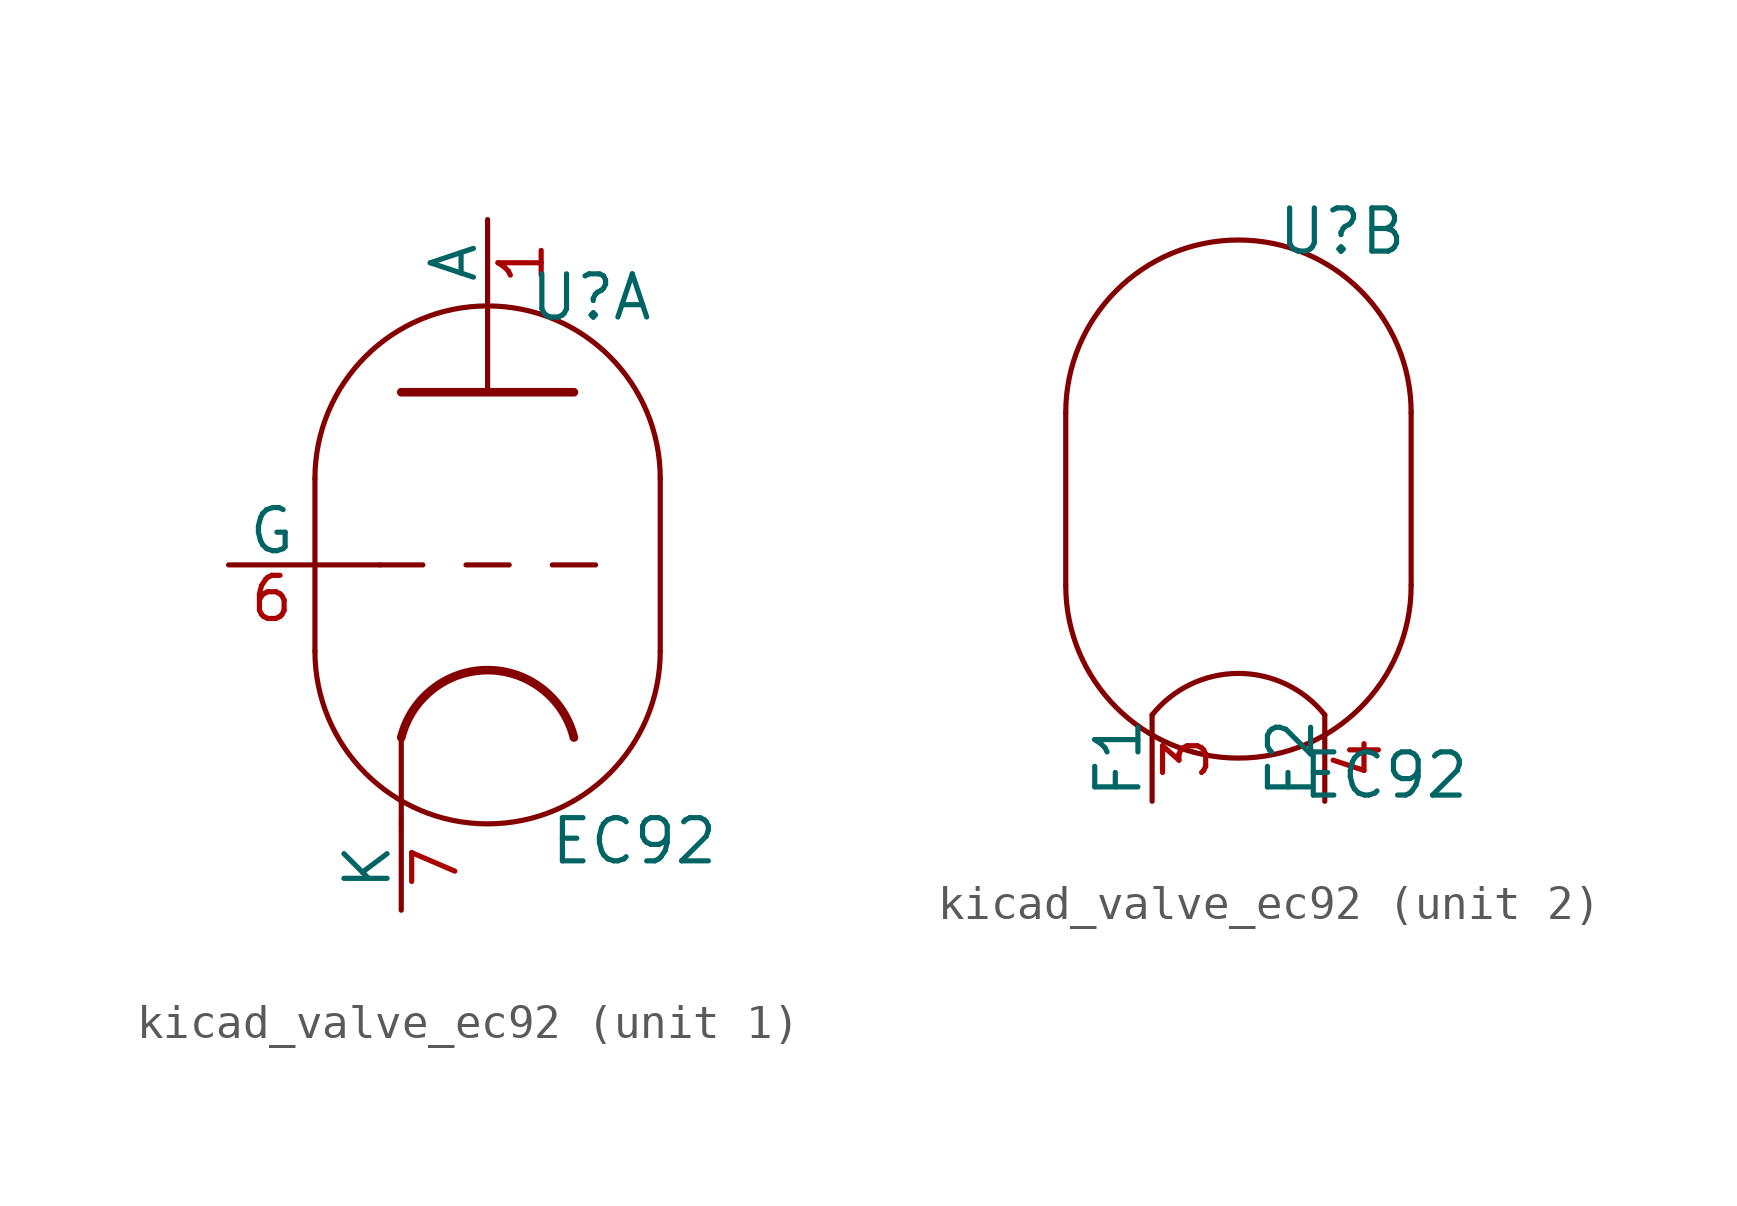
<source format=kicad_sym>
(kicad_symbol_lib
  (version 20220914)
  (generator kicad_symbol_editor)
  (symbol "kicad_valve_ec92"
    (pin_names
      (offset 0))
    (property "Reference" "U"
      (at 3.048 7.874 0)
      (effects (font (size 1.27 1.27))))
    (property "Value" "EC92"
      (at 4.318 -8.128 0)
      (effects (font (size 1.27 1.27))))
    (property "ki_locked" ""
      (at 0 0 0)
      (effects (font (size 1.27 1.27))))
    (symbol "kicad_valve_ec92_0_1"
      (arc (start -5.08 -2.54) (mid 0 -7.5979) (end 5.08 -2.54) (stroke (width 0) (type default)) (fill (type none)))
      (polyline (pts (xy 5.08 2.54) (xy 5.08 -2.54)) (stroke (width 0) (type default)) (fill (type none)))
      (polyline (pts (xy -5.08 2.54) (xy -5.08 -2.54) (xy -5.08 -2.54)) (stroke (width 0) (type default)) (fill (type none)))
      (arc (start 5.08 2.54) (mid 0 7.5979) (end -5.08 2.54) (stroke (width 0) (type default)) (fill (type none))))
    (symbol "kicad_valve_ec92_1_0"
      (polyline (pts (xy -2.54 -5.08) (xy -2.54 -7.62)) (stroke (width 0) (type default)) (fill (type none)))
      (polyline (pts (xy -1.905 0) (xy -3.175 0)) (stroke (width 0.152) (type default)) (fill (type none)))
      (polyline (pts (xy -0.635 0) (xy 0.635 0)) (stroke (width 0.152) (type default)) (fill (type none)))
      (polyline (pts (xy 0 5.08) (xy 0 7.62)) (stroke (width 0) (type default)) (fill (type none)))
      (polyline (pts (xy 1.905 0) (xy 3.175 0)) (stroke (width 0.152) (type default)) (fill (type none))))
    (symbol "kicad_valve_ec92_1_1"
      (polyline (pts (xy -5.08 0) (xy -3.175 0)) (stroke (width 0) (type default)) (fill (type none)))
      (polyline (pts (xy -2.54 5.08) (xy 2.54 5.08) (xy 2.54 5.08)) (stroke (width 0.254) (type default)) (fill (type none)))
      (arc (start 2.54 -5.08) (mid 0 -3.0968) (end -2.54 -5.08) (stroke (width 0.254) (type default)) (fill (type none)))
      (pin output line (at 0 10.16 270) (length 2.54) (name "A" (effects (font (size 1.27 1.27)))) (number "1" (effects (font (size 1.27 1.27)))))
      (pin input line (at -7.62 0 0) (length 2.54) (name "G" (effects (font (size 1.27 1.27)))) (number "6" (effects (font (size 1.27 1.27)))))
      (pin bidirectional line (at -2.54 -10.16 90) (length 2.54) (name "K" (effects (font (size 1.27 1.27)))) (number "7" (effects (font (size 1.27 1.27))))))
    (symbol "kicad_valve_ec92_2_1"
      (arc (start 2.54 -6.35) (mid 0 -5.1292) (end -2.54 -6.35) (stroke (width 0) (type default)) (fill (type none)))
      (pin power_in line (at -2.54 -8.89 90) (length 2.54) (name "F1" (effects (font (size 1.27 1.27)))) (number "3" (effects (font (size 1.27 1.27)))))
      (pin power_in line (at 2.54 -8.89 90) (length 2.54) (name "F2" (effects (font (size 1.27 1.27)))) (number "4" (effects (font (size 1.27 1.27))))))))
</source>
